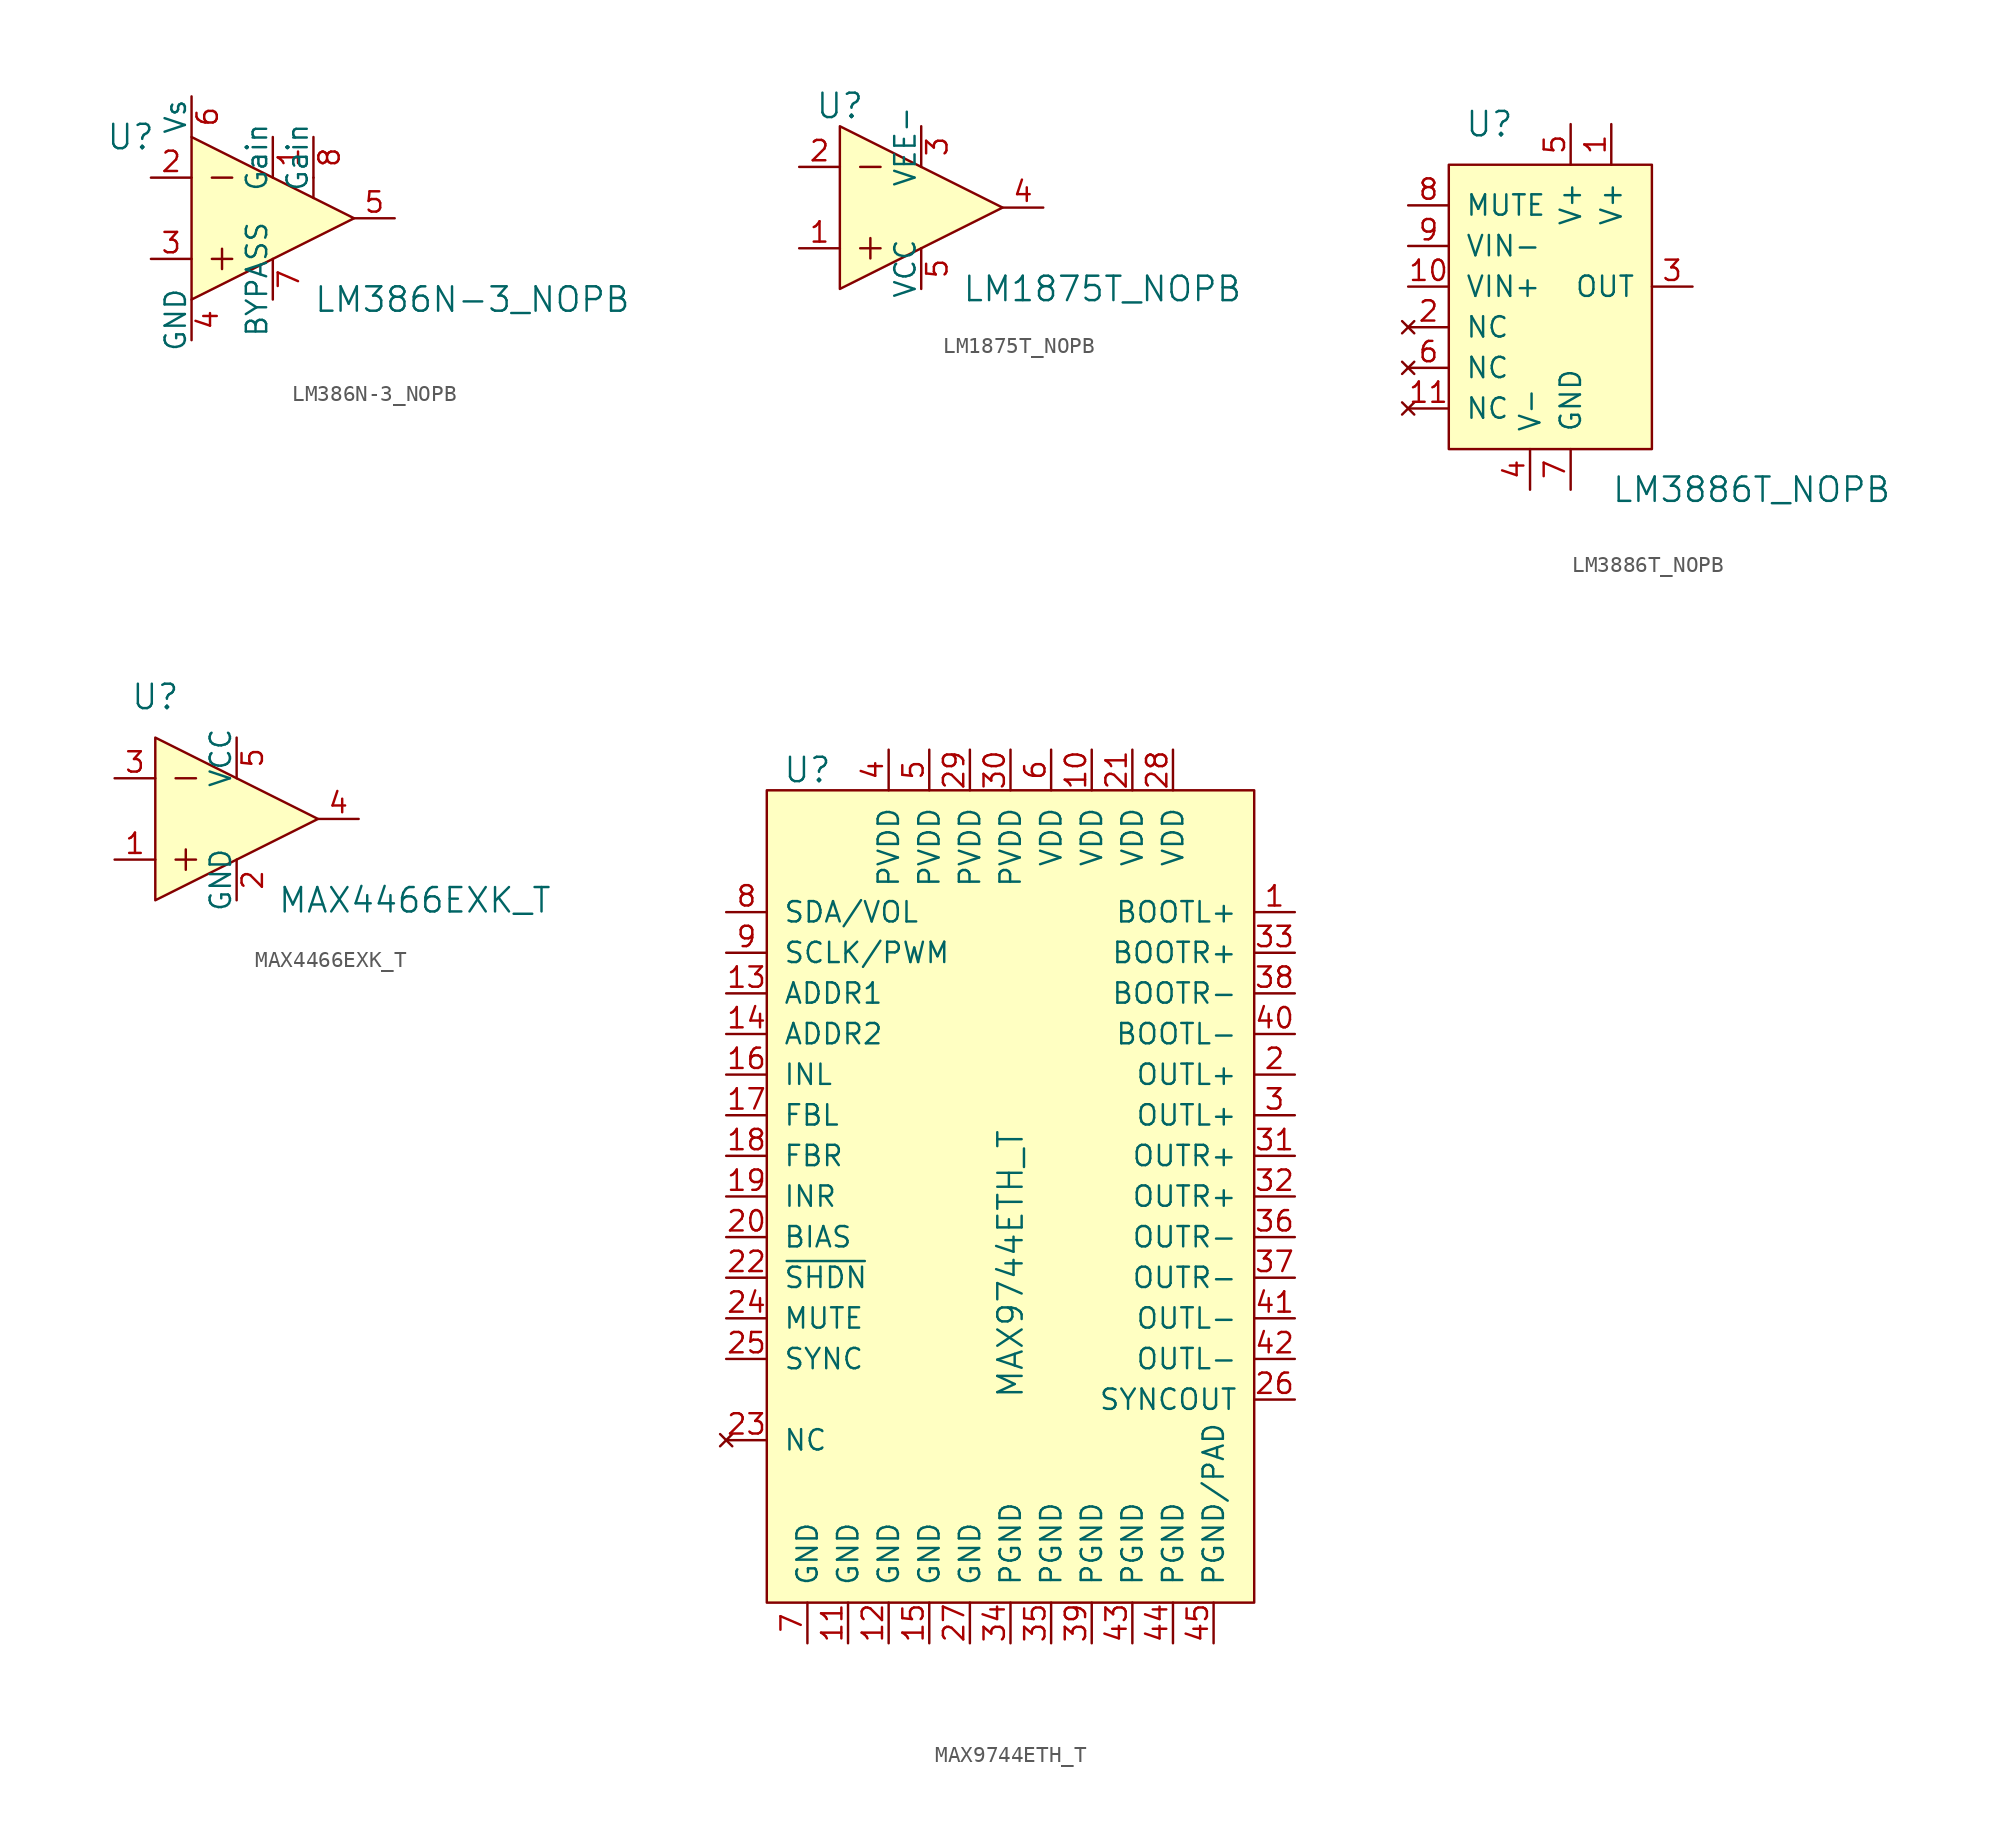
<source format=kicad_sym>
(kicad_symbol_lib
  (version 20201005)
  (generator kicad_symbol_editor)
  (symbol "LM386N-3_NOPB"
    (pin_names
      (offset 0))
    (property "Reference" "U"
      (at -8.89 5.08 0)
      (effects (font (size 1.524 1.524))))
    (property "Value" "LM386N-3_NOPB"
      (at 2.54 -5.08 0)
      (effects (font (size 1.524 1.524)) (justify left)))
    (symbol "LM386N-3_NOPB_0_1"
      (polyline (pts (xy -3.81 -2.54) (xy -2.54 -2.54)) (stroke (width 0)) (fill (type none)))
      (polyline (pts (xy -3.81 2.54) (xy -2.54 2.54)) (stroke (width 0)) (fill (type none)))
      (polyline (pts (xy -3.175 -1.905) (xy -3.175 -3.175)) (stroke (width 0)) (fill (type none)))
      (polyline (pts (xy 2.54 2.54) (xy 2.54 1.27)) (stroke (width 0)) (fill (type none)))
      (polyline (pts (xy -5.08 5.08) (xy -5.08 -5.08) (xy 5.08 0) (xy -5.08 5.08)) (stroke (width 0)) (fill (type background))))
    (symbol "LM386N-3_NOPB_1_1"
      (pin input line (at 0 5.08 270) (length 2.54) (name "Gain" (effects (font (size 1.27 1.27)))) (number "1" (effects (font (size 1.27 1.27)))))
      (pin input line (at -7.62 2.54 0) (length 2.54) (name "~" (effects (font (size 1.27 1.27)))) (number "2" (effects (font (size 1.27 1.27)))))
      (pin input line (at -7.62 -2.54 0) (length 2.54) (name "~" (effects (font (size 1.27 1.27)))) (number "3" (effects (font (size 1.27 1.27)))))
      (pin power_in line (at -5.08 -7.62 90) (length 2.54) (name "GND" (effects (font (size 1.27 1.27)))) (number "4" (effects (font (size 1.27 1.27)))))
      (pin output line (at 7.62 0 180) (length 2.54) (name "~" (effects (font (size 1.27 1.27)))) (number "5" (effects (font (size 1.27 1.27)))))
      (pin power_in line (at -5.08 7.62 270) (length 2.54) (name "Vs" (effects (font (size 1.27 1.27)))) (number "6" (effects (font (size 1.27 1.27)))))
      (pin output line (at 0 -5.08 90) (length 2.54) (name "BYPASS" (effects (font (size 1.27 1.27)))) (number "7" (effects (font (size 1.27 1.27)))))
      (pin input line (at 2.54 5.08 270) (length 2.54) (name "Gain" (effects (font (size 1.27 1.27)))) (number "8" (effects (font (size 1.27 1.27)))))))
  (symbol "LM1875T_NOPB"
    (pin_names
      (offset 0))
    (property "Reference" "U"
      (at -5.08 6.35 0)
      (effects (font (size 1.524 1.524))))
    (property "Value" "LM1875T_NOPB"
      (at 2.54 -5.08 0)
      (effects (font (size 1.524 1.524)) (justify left)))
    (symbol "LM1875T_NOPB_0_1"
      (polyline (pts (xy -3.81 -2.54) (xy -2.54 -2.54)) (stroke (width 0)) (fill (type none)))
      (polyline (pts (xy -3.81 2.54) (xy -2.54 2.54)) (stroke (width 0)) (fill (type none)))
      (polyline (pts (xy -3.175 -1.905) (xy -3.175 -3.175)) (stroke (width 0)) (fill (type none)))
      (polyline (pts (xy 5.08 0) (xy -5.08 5.08) (xy -5.08 -5.08) (xy 5.08 0)) (stroke (width 0)) (fill (type background))))
    (symbol "LM1875T_NOPB_1_1"
      (pin input line (at -7.62 -2.54 0) (length 2.54) (name "~" (effects (font (size 1.27 1.27)))) (number "1" (effects (font (size 1.27 1.27)))))
      (pin input line (at -7.62 2.54 0) (length 2.54) (name "~" (effects (font (size 1.27 1.27)))) (number "2" (effects (font (size 1.27 1.27)))))
      (pin power_in line (at 0 5.08 270) (length 2.54) (name "VEE-" (effects (font (size 1.27 1.27)))) (number "3" (effects (font (size 1.27 1.27)))))
      (pin output line (at 7.62 0 180) (length 2.54) (name "~" (effects (font (size 1.27 1.27)))) (number "4" (effects (font (size 1.27 1.27)))))
      (pin power_in line (at 0 -5.08 90) (length 2.54) (name "VCC" (effects (font (size 1.27 1.27)))) (number "5" (effects (font (size 1.27 1.27)))))))
  (symbol "LM3886T_NOPB"
    (pin_names
      (offset 1.016))
    (property "Reference" "U"
      (at -5.08 5.08 0)
      (effects (font (size 1.524 1.524))))
    (property "Value" "LM3886T_NOPB"
      (at 2.54 -17.78 0)
      (effects (font (size 1.524 1.524)) (justify left)))
    (symbol "LM3886T_NOPB_0_1"
      (rectangle (start -7.62 2.54) (end 5.08 -15.24) (stroke (width 0)) (fill (type background))))
    (symbol "LM3886T_NOPB_1_1"
      (pin power_in line (at 2.54 5.08 270) (length 2.54) (name "V+" (effects (font (size 1.27 1.27)))) (number "1" (effects (font (size 1.27 1.27)))))
      (pin no_connect line (at -10.16 -7.62 0) (length 2.54) (name "NC" (effects (font (size 1.27 1.27)))) (number "2" (effects (font (size 1.27 1.27)))))
      (pin output line (at 7.62 -5.08 180) (length 2.54) (name "OUT" (effects (font (size 1.27 1.27)))) (number "3" (effects (font (size 1.27 1.27)))))
      (pin power_in line (at -2.54 -17.78 90) (length 2.54) (name "V-" (effects (font (size 1.27 1.27)))) (number "4" (effects (font (size 1.27 1.27)))))
      (pin power_in line (at 0 5.08 270) (length 2.54) (name "V+" (effects (font (size 1.27 1.27)))) (number "5" (effects (font (size 1.27 1.27)))))
      (pin no_connect line (at -10.16 -10.16 0) (length 2.54) (name "NC" (effects (font (size 1.27 1.27)))) (number "6" (effects (font (size 1.27 1.27)))))
      (pin power_in line (at 0 -17.78 90) (length 2.54) (name "GND" (effects (font (size 1.27 1.27)))) (number "7" (effects (font (size 1.27 1.27)))))
      (pin input line (at -10.16 0 0) (length 2.54) (name "MUTE" (effects (font (size 1.27 1.27)))) (number "8" (effects (font (size 1.27 1.27)))))
      (pin input line (at -10.16 -2.54 0) (length 2.54) (name "VIN-" (effects (font (size 1.27 1.27)))) (number "9" (effects (font (size 1.27 1.27)))))
      (pin input line (at -10.16 -5.08 0) (length 2.54) (name "VIN+" (effects (font (size 1.27 1.27)))) (number "10" (effects (font (size 1.27 1.27)))))
      (pin no_connect line (at -10.16 -12.7 0) (length 2.54) (name "NC" (effects (font (size 1.27 1.27)))) (number "11" (effects (font (size 1.27 1.27)))))))
  (symbol "MAX4466EXK_T"
    (pin_names
      (offset 0))
    (property "Reference" "U"
      (at -5.08 7.62 0)
      (effects (font (size 1.524 1.524))))
    (property "Value" "MAX4466EXK_T"
      (at 2.54 -5.08 0)
      (effects (font (size 1.524 1.524)) (justify left)))
    (symbol "MAX4466EXK_T_0_1"
      (polyline (pts (xy -3.81 -2.54) (xy -2.54 -2.54)) (stroke (width 0)) (fill (type none)))
      (polyline (pts (xy -3.81 2.54) (xy -2.54 2.54)) (stroke (width 0)) (fill (type none)))
      (polyline (pts (xy -3.175 -1.905) (xy -3.175 -3.175)) (stroke (width 0)) (fill (type none)))
      (polyline (pts (xy -5.08 5.08) (xy -5.08 -5.08) (xy 5.08 0) (xy -5.08 5.08)) (stroke (width 0)) (fill (type background))))
    (symbol "MAX4466EXK_T_1_1"
      (pin input line (at -7.62 -2.54 0) (length 2.54) (name "~" (effects (font (size 1.27 1.27)))) (number "1" (effects (font (size 1.27 1.27)))))
      (pin power_in line (at 0 -5.08 90) (length 2.54) (name "GND" (effects (font (size 1.27 1.27)))) (number "2" (effects (font (size 1.27 1.27)))))
      (pin input line (at -7.62 2.54 0) (length 2.54) (name "~" (effects (font (size 1.27 1.27)))) (number "3" (effects (font (size 1.27 1.27)))))
      (pin output line (at 7.62 0 180) (length 2.54) (name "~" (effects (font (size 1.27 1.27)))) (number "4" (effects (font (size 1.27 1.27)))))
      (pin power_in line (at 0 5.08 270) (length 2.54) (name "VCC" (effects (font (size 1.27 1.27)))) (number "5" (effects (font (size 1.27 1.27)))))))
  (symbol "MAX9744ETH_T"
    (pin_names
      (offset 1.016))
    (property "Reference" "U"
      (at -15.24 24.13 0)
      (effects (font (size 1.524 1.524))))
    (property "Value" "MAX9744ETH_T"
      (at -2.54 -15.24 90)
      (effects (font (size 1.524 1.524)) (justify left)))
    (symbol "MAX9744ETH_T_0_1"
      (rectangle (start -17.78 22.86) (end 12.7 -27.94) (stroke (width 0)) (fill (type background))))
    (symbol "MAX9744ETH_T_1_1"
      (pin output line (at 15.24 15.24 180) (length 2.54) (name "BOOTL+" (effects (font (size 1.27 1.27)))) (number "1" (effects (font (size 1.27 1.27)))))
      (pin output line (at 15.24 5.08 180) (length 2.54) (name "OUTL+" (effects (font (size 1.27 1.27)))) (number "2" (effects (font (size 1.27 1.27)))))
      (pin output line (at 15.24 2.54 180) (length 2.54) (name "OUTL+" (effects (font (size 1.27 1.27)))) (number "3" (effects (font (size 1.27 1.27)))))
      (pin power_in line (at -10.16 25.4 270) (length 2.54) (name "PVDD" (effects (font (size 1.27 1.27)))) (number "4" (effects (font (size 1.27 1.27)))))
      (pin power_in line (at -7.62 25.4 270) (length 2.54) (name "PVDD" (effects (font (size 1.27 1.27)))) (number "5" (effects (font (size 1.27 1.27)))))
      (pin power_in line (at 0 25.4 270) (length 2.54) (name "VDD" (effects (font (size 1.27 1.27)))) (number "6" (effects (font (size 1.27 1.27)))))
      (pin power_in line (at -15.24 -30.48 90) (length 2.54) (name "GND" (effects (font (size 1.27 1.27)))) (number "7" (effects (font (size 1.27 1.27)))))
      (pin bidirectional line (at -20.32 15.24 0) (length 2.54) (name "SDA/VOL" (effects (font (size 1.27 1.27)))) (number "8" (effects (font (size 1.27 1.27)))))
      (pin input line (at -20.32 12.7 0) (length 2.54) (name "SCLK/PWM" (effects (font (size 1.27 1.27)))) (number "9" (effects (font (size 1.27 1.27)))))
      (pin power_in line (at 2.54 25.4 270) (length 2.54) (name "VDD" (effects (font (size 1.27 1.27)))) (number "10" (effects (font (size 1.27 1.27)))))
      (pin passive line (at -20.32 -5.08 0) (length 2.54) (name "BIAS" (effects (font (size 1.27 1.27)))) (number "20" (effects (font (size 1.27 1.27)))))
      (pin power_in line (at -2.54 25.4 270) (length 2.54) (name "PVDD" (effects (font (size 1.27 1.27)))) (number "30" (effects (font (size 1.27 1.27)))))
      (pin output line (at 15.24 7.62 180) (length 2.54) (name "BOOTL-" (effects (font (size 1.27 1.27)))) (number "40" (effects (font (size 1.27 1.27)))))
      (pin power_in line (at -12.7 -30.48 90) (length 2.54) (name "GND" (effects (font (size 1.27 1.27)))) (number "11" (effects (font (size 1.27 1.27)))))
      (pin power_in line (at 5.08 25.4 270) (length 2.54) (name "VDD" (effects (font (size 1.27 1.27)))) (number "21" (effects (font (size 1.27 1.27)))))
      (pin output line (at 15.24 0 180) (length 2.54) (name "OUTR+" (effects (font (size 1.27 1.27)))) (number "31" (effects (font (size 1.27 1.27)))))
      (pin output line (at 15.24 -10.16 180) (length 2.54) (name "OUTL-" (effects (font (size 1.27 1.27)))) (number "41" (effects (font (size 1.27 1.27)))))
      (pin power_in line (at -10.16 -30.48 90) (length 2.54) (name "GND" (effects (font (size 1.27 1.27)))) (number "12" (effects (font (size 1.27 1.27)))))
      (pin input line (at -20.32 -7.62 0) (length 2.54) (name "~SHDN" (effects (font (size 1.27 1.27)))) (number "22" (effects (font (size 1.27 1.27)))))
      (pin output line (at 15.24 -2.54 180) (length 2.54) (name "OUTR+" (effects (font (size 1.27 1.27)))) (number "32" (effects (font (size 1.27 1.27)))))
      (pin output line (at 15.24 -12.7 180) (length 2.54) (name "OUTL-" (effects (font (size 1.27 1.27)))) (number "42" (effects (font (size 1.27 1.27)))))
      (pin input line (at -20.32 10.16 0) (length 2.54) (name "ADDR1" (effects (font (size 1.27 1.27)))) (number "13" (effects (font (size 1.27 1.27)))))
      (pin no_connect line (at -20.32 -17.78 0) (length 2.54) (name "NC" (effects (font (size 1.27 1.27)))) (number "23" (effects (font (size 1.27 1.27)))))
      (pin output line (at 15.24 12.7 180) (length 2.54) (name "BOOTR+" (effects (font (size 1.27 1.27)))) (number "33" (effects (font (size 1.27 1.27)))))
      (pin power_in line (at 5.08 -30.48 90) (length 2.54) (name "PGND" (effects (font (size 1.27 1.27)))) (number "43" (effects (font (size 1.27 1.27)))))
      (pin input line (at -20.32 7.62 0) (length 2.54) (name "ADDR2" (effects (font (size 1.27 1.27)))) (number "14" (effects (font (size 1.27 1.27)))))
      (pin input line (at -20.32 -10.16 0) (length 2.54) (name "MUTE" (effects (font (size 1.27 1.27)))) (number "24" (effects (font (size 1.27 1.27)))))
      (pin power_in line (at -2.54 -30.48 90) (length 2.54) (name "PGND" (effects (font (size 1.27 1.27)))) (number "34" (effects (font (size 1.27 1.27)))))
      (pin power_in line (at 7.62 -30.48 90) (length 2.54) (name "PGND" (effects (font (size 1.27 1.27)))) (number "44" (effects (font (size 1.27 1.27)))))
      (pin power_in line (at -7.62 -30.48 90) (length 2.54) (name "GND" (effects (font (size 1.27 1.27)))) (number "15" (effects (font (size 1.27 1.27)))))
      (pin input line (at -20.32 -12.7 0) (length 2.54) (name "SYNC" (effects (font (size 1.27 1.27)))) (number "25" (effects (font (size 1.27 1.27)))))
      (pin power_in line (at 0 -30.48 90) (length 2.54) (name "PGND" (effects (font (size 1.27 1.27)))) (number "35" (effects (font (size 1.27 1.27)))))
      (pin power_in line (at 10.16 -30.48 90) (length 2.54) (name "PGND/PAD" (effects (font (size 1.27 1.27)))) (number "45" (effects (font (size 1.27 1.27)))))
      (pin input line (at -20.32 5.08 0) (length 2.54) (name "INL" (effects (font (size 1.27 1.27)))) (number "16" (effects (font (size 1.27 1.27)))))
      (pin output line (at 15.24 -15.24 180) (length 2.54) (name "SYNCOUT" (effects (font (size 1.27 1.27)))) (number "26" (effects (font (size 1.27 1.27)))))
      (pin output line (at 15.24 -5.08 180) (length 2.54) (name "OUTR-" (effects (font (size 1.27 1.27)))) (number "36" (effects (font (size 1.27 1.27)))))
      (pin passive line (at -20.32 2.54 0) (length 2.54) (name "FBL" (effects (font (size 1.27 1.27)))) (number "17" (effects (font (size 1.27 1.27)))))
      (pin power_in line (at -5.08 -30.48 90) (length 2.54) (name "GND" (effects (font (size 1.27 1.27)))) (number "27" (effects (font (size 1.27 1.27)))))
      (pin output line (at 15.24 -7.62 180) (length 2.54) (name "OUTR-" (effects (font (size 1.27 1.27)))) (number "37" (effects (font (size 1.27 1.27)))))
      (pin passive line (at -20.32 0 0) (length 2.54) (name "FBR" (effects (font (size 1.27 1.27)))) (number "18" (effects (font (size 1.27 1.27)))))
      (pin power_in line (at 7.62 25.4 270) (length 2.54) (name "VDD" (effects (font (size 1.27 1.27)))) (number "28" (effects (font (size 1.27 1.27)))))
      (pin output line (at 15.24 10.16 180) (length 2.54) (name "BOOTR-" (effects (font (size 1.27 1.27)))) (number "38" (effects (font (size 1.27 1.27)))))
      (pin input line (at -20.32 -2.54 0) (length 2.54) (name "INR" (effects (font (size 1.27 1.27)))) (number "19" (effects (font (size 1.27 1.27)))))
      (pin power_in line (at -5.08 25.4 270) (length 2.54) (name "PVDD" (effects (font (size 1.27 1.27)))) (number "29" (effects (font (size 1.27 1.27)))))
      (pin power_in line (at 2.54 -30.48 90) (length 2.54) (name "PGND" (effects (font (size 1.27 1.27)))) (number "39" (effects (font (size 1.27 1.27))))))))
</source>
